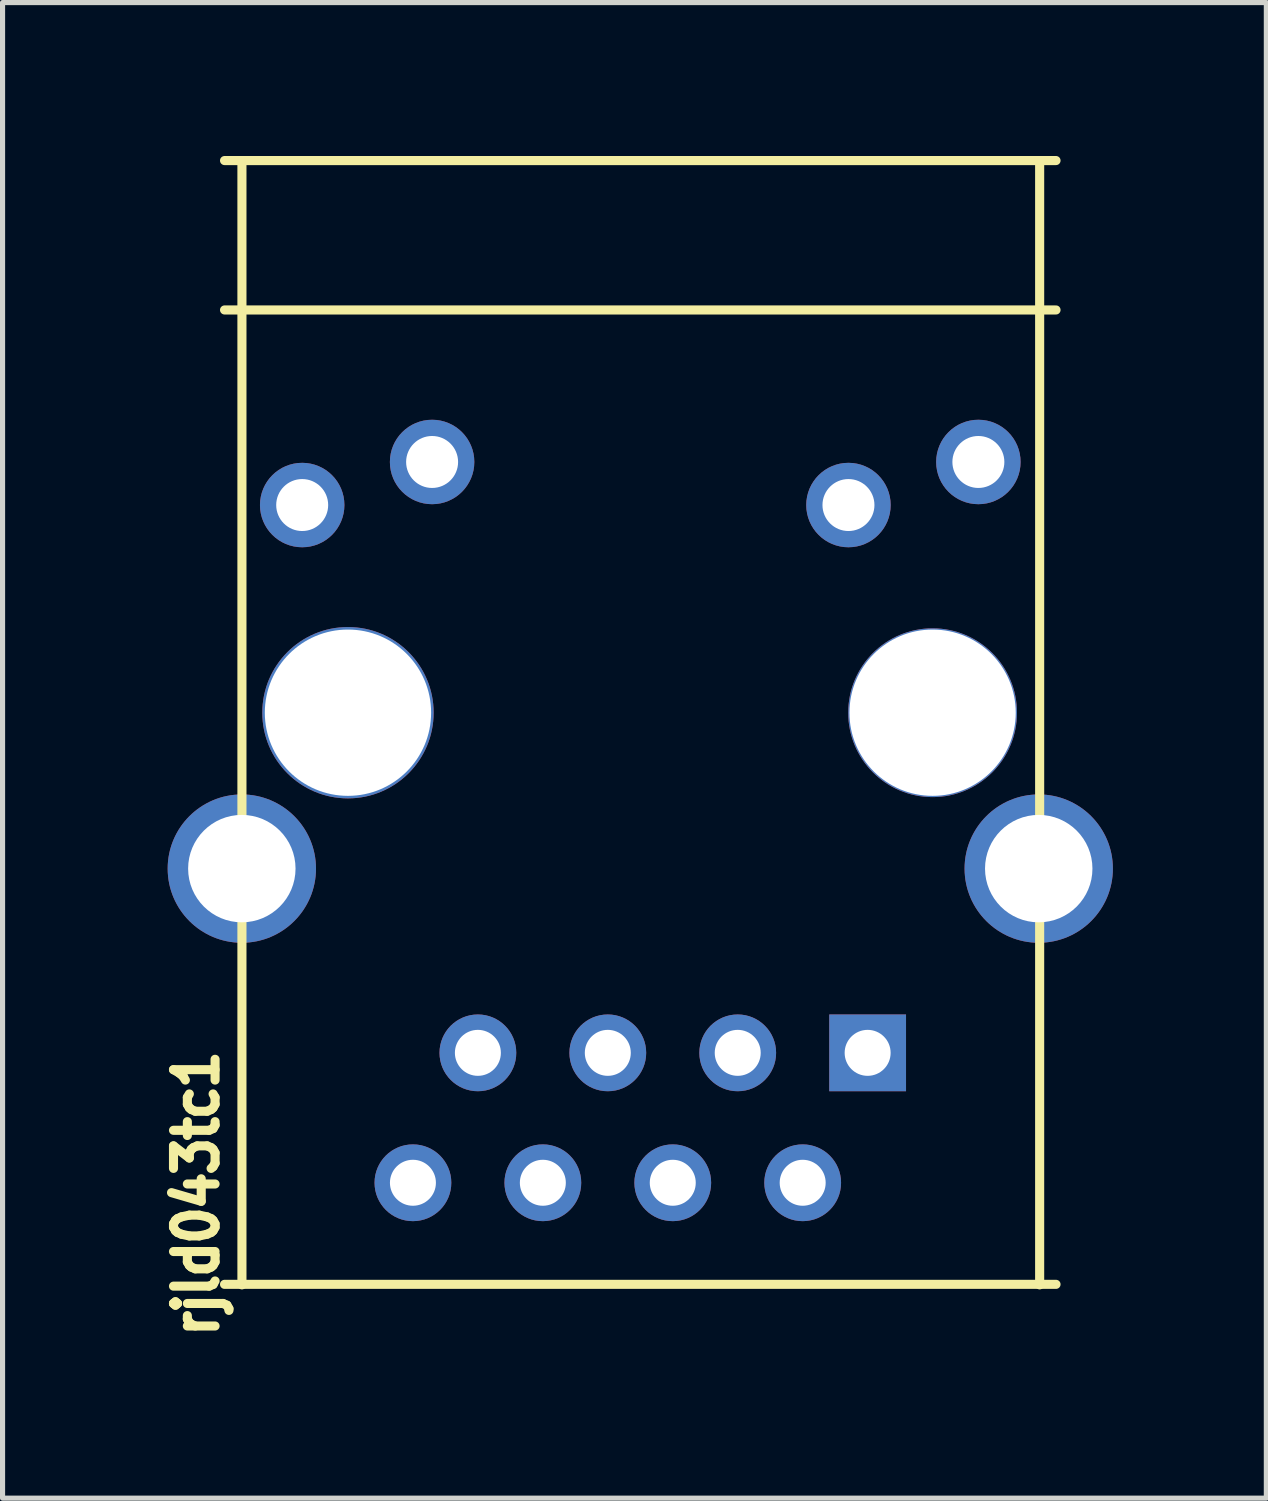
<source format=kicad_pcb>
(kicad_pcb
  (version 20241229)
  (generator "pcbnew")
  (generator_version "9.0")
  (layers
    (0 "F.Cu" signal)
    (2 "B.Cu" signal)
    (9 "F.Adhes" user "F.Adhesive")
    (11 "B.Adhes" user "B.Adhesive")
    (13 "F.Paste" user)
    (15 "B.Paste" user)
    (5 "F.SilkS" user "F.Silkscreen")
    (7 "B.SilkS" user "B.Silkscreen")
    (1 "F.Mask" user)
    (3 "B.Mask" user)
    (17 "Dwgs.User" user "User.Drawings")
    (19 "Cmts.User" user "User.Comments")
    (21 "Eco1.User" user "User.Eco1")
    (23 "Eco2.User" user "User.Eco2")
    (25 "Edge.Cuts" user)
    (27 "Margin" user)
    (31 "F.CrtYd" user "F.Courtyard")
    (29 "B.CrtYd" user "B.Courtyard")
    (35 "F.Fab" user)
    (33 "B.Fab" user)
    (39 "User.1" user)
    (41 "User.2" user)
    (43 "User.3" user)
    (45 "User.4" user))
  (footprint "rjld043tc1"
    (layer "F.Cu")
    (at 9.468 10.884)
    (property "Reference" "rjld043tc1" (at -8.68 9.4 90) (layer "F.SilkS") (effects (font (size 0.813 0.711) (thickness 0.178))))
    (attr through_hole)
    (fp_line (start -8.128 -7.874) (end 8.128 -7.874) (stroke (width 0.178) (type solid)) (layer "F.SilkS"))
    (fp_line (start -8.128 11.176) (end 8.128 11.176) (stroke (width 0.178) (type solid)) (layer "F.SilkS"))
    (fp_line (start -7.788 11.186) (end -7.788 -10.785) (stroke (width 0.178) (type solid)) (layer "F.SilkS"))
    (fp_line (start 7.808 11.186) (end 7.808 -10.785) (stroke (width 0.178) (type solid)) (layer "F.SilkS"))
    (fp_line (start 8.128 -10.795) (end -8.128 -10.795) (stroke (width 0.178) (type solid)) (layer "F.SilkS"))
    (pad "1" thru_hole rect (at 4.445 6.65 180) (size 1.501 1.501) (drill 0.899) (layers "*.Cu" "*.Mask"))
    (pad "2" thru_hole circle (at 3.175 9.19 180) (size 1.501 1.501) (drill 0.899) (layers "*.Cu" "*.Mask"))
    (pad "3" thru_hole circle (at 1.905 6.65 180) (size 1.501 1.501) (drill 0.899) (layers "*.Cu" "*.Mask"))
    (pad "4" thru_hole circle (at 0.635 9.19 180) (size 1.501 1.501) (drill 0.899) (layers "*.Cu" "*.Mask"))
    (pad "5" thru_hole circle (at -0.635 6.65 180) (size 1.501 1.501) (drill 0.899) (layers "*.Cu" "*.Mask"))
    (pad "6" thru_hole circle (at -1.905 9.19 180) (size 1.501 1.501) (drill 0.899) (layers "*.Cu" "*.Mask"))
    (pad "7" thru_hole circle (at -3.175 6.65 180) (size 1.501 1.501) (drill 0.899) (layers "*.Cu" "*.Mask"))
    (pad "8" thru_hole circle (at -4.445 9.19 180) (size 1.501 1.501) (drill 0.899) (layers "*.Cu" "*.Mask"))
    (pad "9" thru_hole circle (at 6.61 -4.902 180) (size 1.651 1.651) (drill 1.016) (layers "*.Cu" "*.Mask"))
    (pad "10" thru_hole circle (at 4.07 -4.06 180) (size 1.651 1.651) (drill 1.016) (layers "*.Cu" "*.Mask"))
    (pad "11" thru_hole circle (at -4.07 -4.902 180) (size 1.651 1.651) (drill 1.016) (layers "*.Cu" "*.Mask"))
    (pad "12" thru_hole circle (at -6.61 -4.06 180) (size 1.651 1.651) (drill 1.016) (layers "*.Cu" "*.Mask"))
    (pad "13" thru_hole circle (at -7.79 3.048 180) (size 2.9 2.9) (drill 2.1) (layers "*.Cu" "*.Mask"))
    (pad "13" thru_hole circle (at -5.715 0 180) (size 3.35 3.35) (drill 3.251) (layers "*.Cu" "*.Mask"))
    (pad "13" thru_hole circle (at 5.715 0 180) (size 3.3 3.3) (drill 3.251) (layers "*.Cu" "*.Mask"))
    (pad "13" thru_hole circle (at 7.79 3.048 180) (size 2.9 2.9) (drill 2.1) (layers "*.Cu" "*.Mask")))
  (gr_rect
    (start -3 -3)
    (end 21.708 26.24)
    (stroke (width 0.1) (type default))
    (fill no)
    (layer "Edge.Cuts")))
</source>
